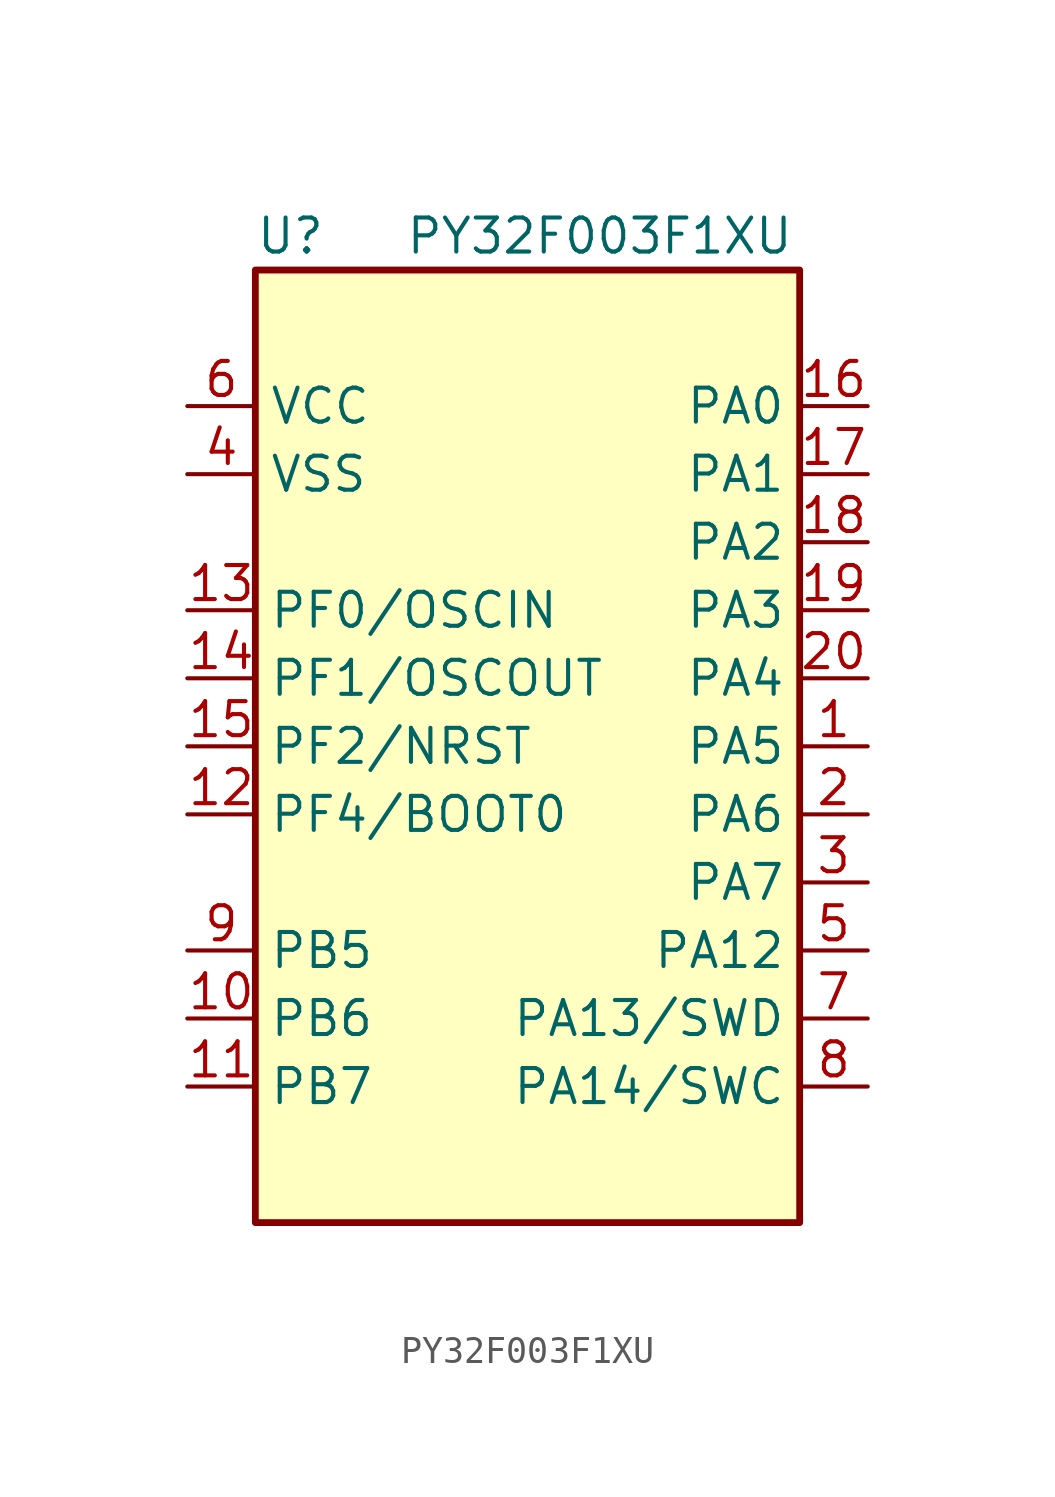
<source format=kicad_sym>
(kicad_symbol_lib
  (version 20220914)
  (generator kicad_symbol_editor)
  (symbol "PY32F003F1XU"
    (property "Reference" "U"
      (at -10.16 19.05 0)
      (effects (font (size 1.27 1.27)) (justify left)))
    (property "Value" "PY32F003F1XU"
      (at -4.572 19.05 0)
      (effects (font (size 1.27 1.27)) (justify left)))
    (symbol "PY32F003F1XU_0_1"
      (rectangle (start -10.16 17.78) (end 10.16 -17.78) (stroke (width 0.254) (type default)) (fill (type background))))
    (symbol "PY32F003F1XU_1_1"
      (pin bidirectional line (at 12.7 0 180) (length 2.54) (name "PA5" (effects (font (size 1.27 1.27)))) (number "1" (effects (font (size 1.27 1.27)))))
      (pin bidirectional line (at -12.7 -10.16 0) (length 2.54) (name "PB6" (effects (font (size 1.27 1.27)))) (number "10" (effects (font (size 1.27 1.27)))))
      (pin bidirectional line (at -12.7 -12.7 0) (length 2.54) (name "PB7" (effects (font (size 1.27 1.27)))) (number "11" (effects (font (size 1.27 1.27)))))
      (pin bidirectional line (at -12.7 -2.54 0) (length 2.54) (name "PF4/BOOT0" (effects (font (size 1.27 1.27)))) (number "12" (effects (font (size 1.27 1.27)))))
      (pin bidirectional line (at -12.7 5.08 0) (length 2.54) (name "PF0/OSCIN" (effects (font (size 1.27 1.27)))) (number "13" (effects (font (size 1.27 1.27)))))
      (pin bidirectional line (at -12.7 2.54 0) (length 2.54) (name "PF1/OSCOUT" (effects (font (size 1.27 1.27)))) (number "14" (effects (font (size 1.27 1.27)))))
      (pin bidirectional line (at -12.7 0 0) (length 2.54) (name "PF2/NRST" (effects (font (size 1.27 1.27)))) (number "15" (effects (font (size 1.27 1.27)))))
      (pin bidirectional line (at 12.7 12.7 180) (length 2.54) (name "PA0" (effects (font (size 1.27 1.27)))) (number "16" (effects (font (size 1.27 1.27)))))
      (pin bidirectional line (at 12.7 10.16 180) (length 2.54) (name "PA1" (effects (font (size 1.27 1.27)))) (number "17" (effects (font (size 1.27 1.27)))))
      (pin bidirectional line (at 12.7 7.62 180) (length 2.54) (name "PA2" (effects (font (size 1.27 1.27)))) (number "18" (effects (font (size 1.27 1.27)))))
      (pin bidirectional line (at 12.7 5.08 180) (length 2.54) (name "PA3" (effects (font (size 1.27 1.27)))) (number "19" (effects (font (size 1.27 1.27)))))
      (pin bidirectional line (at 12.7 -2.54 180) (length 2.54) (name "PA6" (effects (font (size 1.27 1.27)))) (number "2" (effects (font (size 1.27 1.27)))))
      (pin bidirectional line (at 12.7 2.54 180) (length 2.54) (name "PA4" (effects (font (size 1.27 1.27)))) (number "20" (effects (font (size 1.27 1.27)))))
      (pin power_in line (at -12.7 10.16 0) (length 2.54) hide (name "VSS" (effects (font (size 1.27 1.27)))) (number "21" (effects (font (size 1.27 1.27)))))
      (pin bidirectional line (at 12.7 -5.08 180) (length 2.54) (name "PA7" (effects (font (size 1.27 1.27)))) (number "3" (effects (font (size 1.27 1.27)))))
      (pin power_in line (at -12.7 10.16 0) (length 2.54) (name "VSS" (effects (font (size 1.27 1.27)))) (number "4" (effects (font (size 1.27 1.27)))))
      (pin bidirectional line (at 12.7 -7.62 180) (length 2.54) (name "PA12" (effects (font (size 1.27 1.27)))) (number "5" (effects (font (size 1.27 1.27)))))
      (pin power_in line (at -12.7 12.7 0) (length 2.54) (name "VCC" (effects (font (size 1.27 1.27)))) (number "6" (effects (font (size 1.27 1.27)))))
      (pin bidirectional line (at 12.7 -10.16 180) (length 2.54) (name "PA13/SWD" (effects (font (size 1.27 1.27)))) (number "7" (effects (font (size 1.27 1.27)))))
      (pin bidirectional line (at 12.7 -12.7 180) (length 2.54) (name "PA14/SWC" (effects (font (size 1.27 1.27)))) (number "8" (effects (font (size 1.27 1.27)))))
      (pin bidirectional line (at -12.7 -7.62 0) (length 2.54) (name "PB5" (effects (font (size 1.27 1.27)))) (number "9" (effects (font (size 1.27 1.27))))))))
</source>
